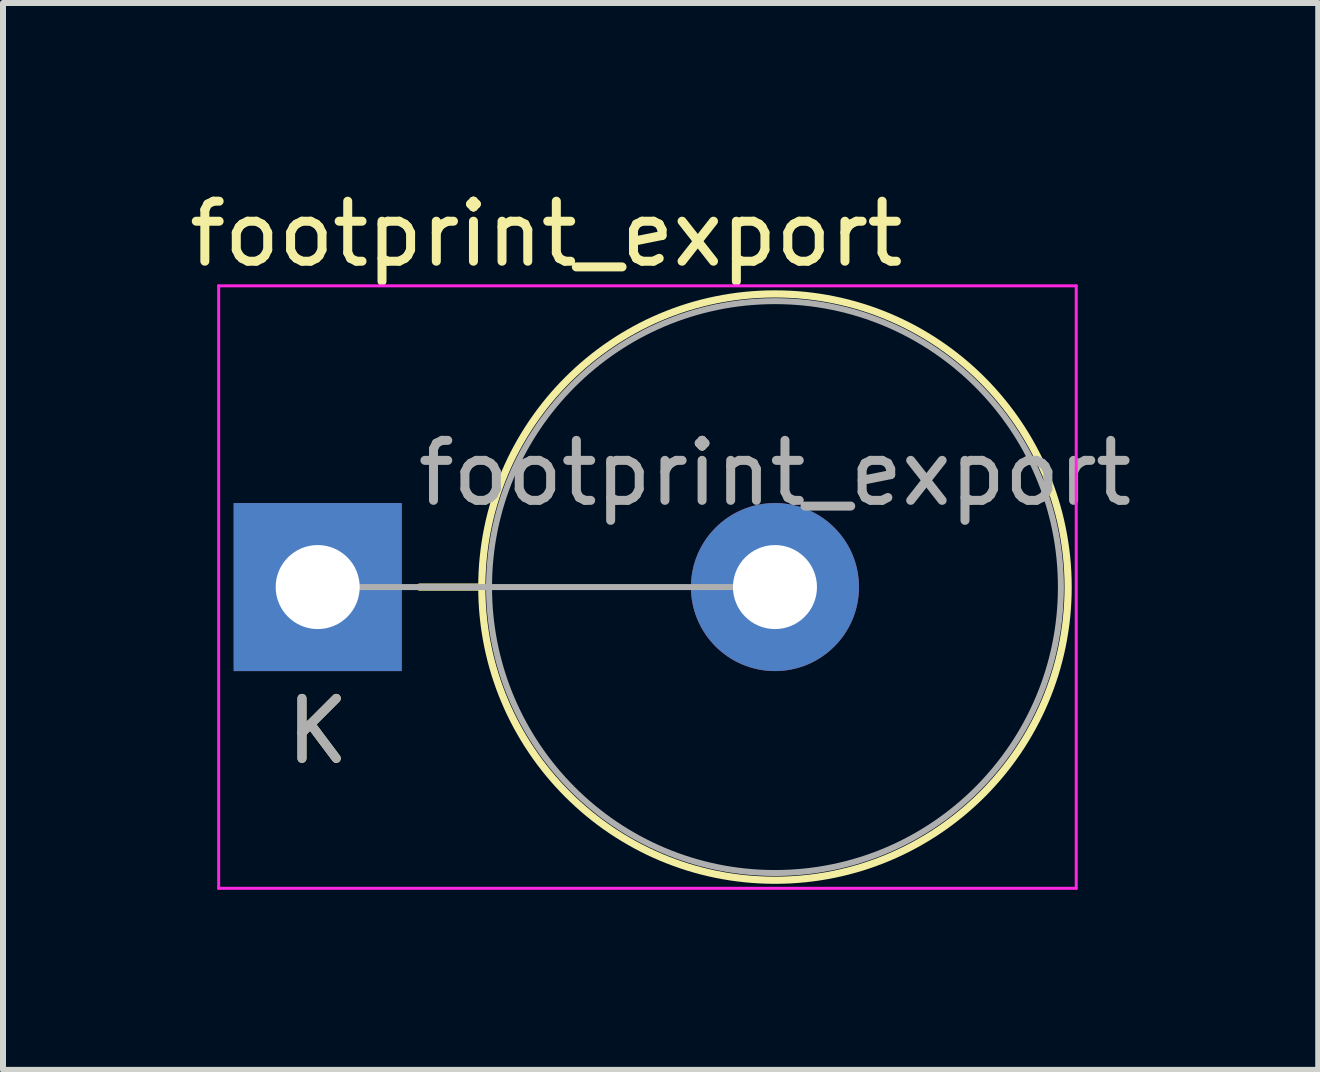
<source format=kicad_pcb>
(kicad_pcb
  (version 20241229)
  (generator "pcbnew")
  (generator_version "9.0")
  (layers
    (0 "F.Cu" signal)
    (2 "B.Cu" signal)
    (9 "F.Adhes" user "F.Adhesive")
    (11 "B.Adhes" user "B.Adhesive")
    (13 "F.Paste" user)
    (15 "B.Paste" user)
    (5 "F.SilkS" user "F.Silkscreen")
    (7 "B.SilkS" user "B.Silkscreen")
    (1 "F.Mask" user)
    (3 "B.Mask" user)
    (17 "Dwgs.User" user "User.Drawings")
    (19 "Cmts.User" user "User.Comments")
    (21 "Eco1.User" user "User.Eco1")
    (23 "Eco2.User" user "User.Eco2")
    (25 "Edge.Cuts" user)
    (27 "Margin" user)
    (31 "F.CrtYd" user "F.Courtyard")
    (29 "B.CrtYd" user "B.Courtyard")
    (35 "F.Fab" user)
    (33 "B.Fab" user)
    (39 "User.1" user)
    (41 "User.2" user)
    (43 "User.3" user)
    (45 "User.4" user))
  (footprint "footprint_export"
    (layer "F.Cu")
    (at 2.244 6.733)
    (property "Reference" "footprint_export" (at 3.81 -5.885 0) (layer "F.SilkS") (effects (font (size 1 1) (thickness 0.15))))
    (attr through_hole)
    (fp_line (start 2.735 0) (end 1.7 0) (stroke (width 0.12) (type solid)) (layer "F.SilkS"))
    (fp_circle (center 7.62 0) (end 12.505 0) (stroke (width 0.12) (type solid)) (fill no) (layer "F.SilkS"))
    (fp_line (start -1.65 -5.02) (end -1.65 5.02) (stroke (width 0.05) (type solid)) (layer "F.CrtYd"))
    (fp_line (start -1.65 5.02) (end 12.64 5.02) (stroke (width 0.05) (type solid)) (layer "F.CrtYd"))
    (fp_line (start 12.64 -5.02) (end -1.65 -5.02) (stroke (width 0.05) (type solid)) (layer "F.CrtYd"))
    (fp_line (start 12.64 5.02) (end 12.64 -5.02) (stroke (width 0.05) (type solid)) (layer "F.CrtYd"))
    (fp_line (start 0 0) (end 7.62 0) (stroke (width 0.1) (type solid)) (layer "F.Fab"))
    (fp_circle (center 7.62 0) (end 12.385 0) (stroke (width 0.1) (type solid)) (fill no) (layer "F.Fab"))
    (fp_text user "K" (at 0 2.4 0) (layer "F.SilkS") (effects (font (size 1 1) (thickness 0.15))))
    (fp_text user "${REFERENCE}" (at 7.62 -1.9 0) (layer "F.Fab") (effects (font (size 1 1) (thickness 0.15))))
    (fp_text user "K" (at 0 2.4 0) (layer "F.Fab") (effects (font (size 1 1) (thickness 0.15))))
    (pad "1" thru_hole rect (at 0 0) (size 2.8 2.8) (drill 1.4) (layers "*.Cu" "*.Mask"))
    (pad "2" thru_hole oval (at 7.62 0) (size 2.8 2.8) (drill 1.4) (layers "*.Cu" "*.Mask")))
  (gr_rect
    (start -3 -3)
    (end 18.917 14.778)
    (stroke (width 0.1) (type default))
    (fill no)
    (layer "Edge.Cuts")))
</source>
